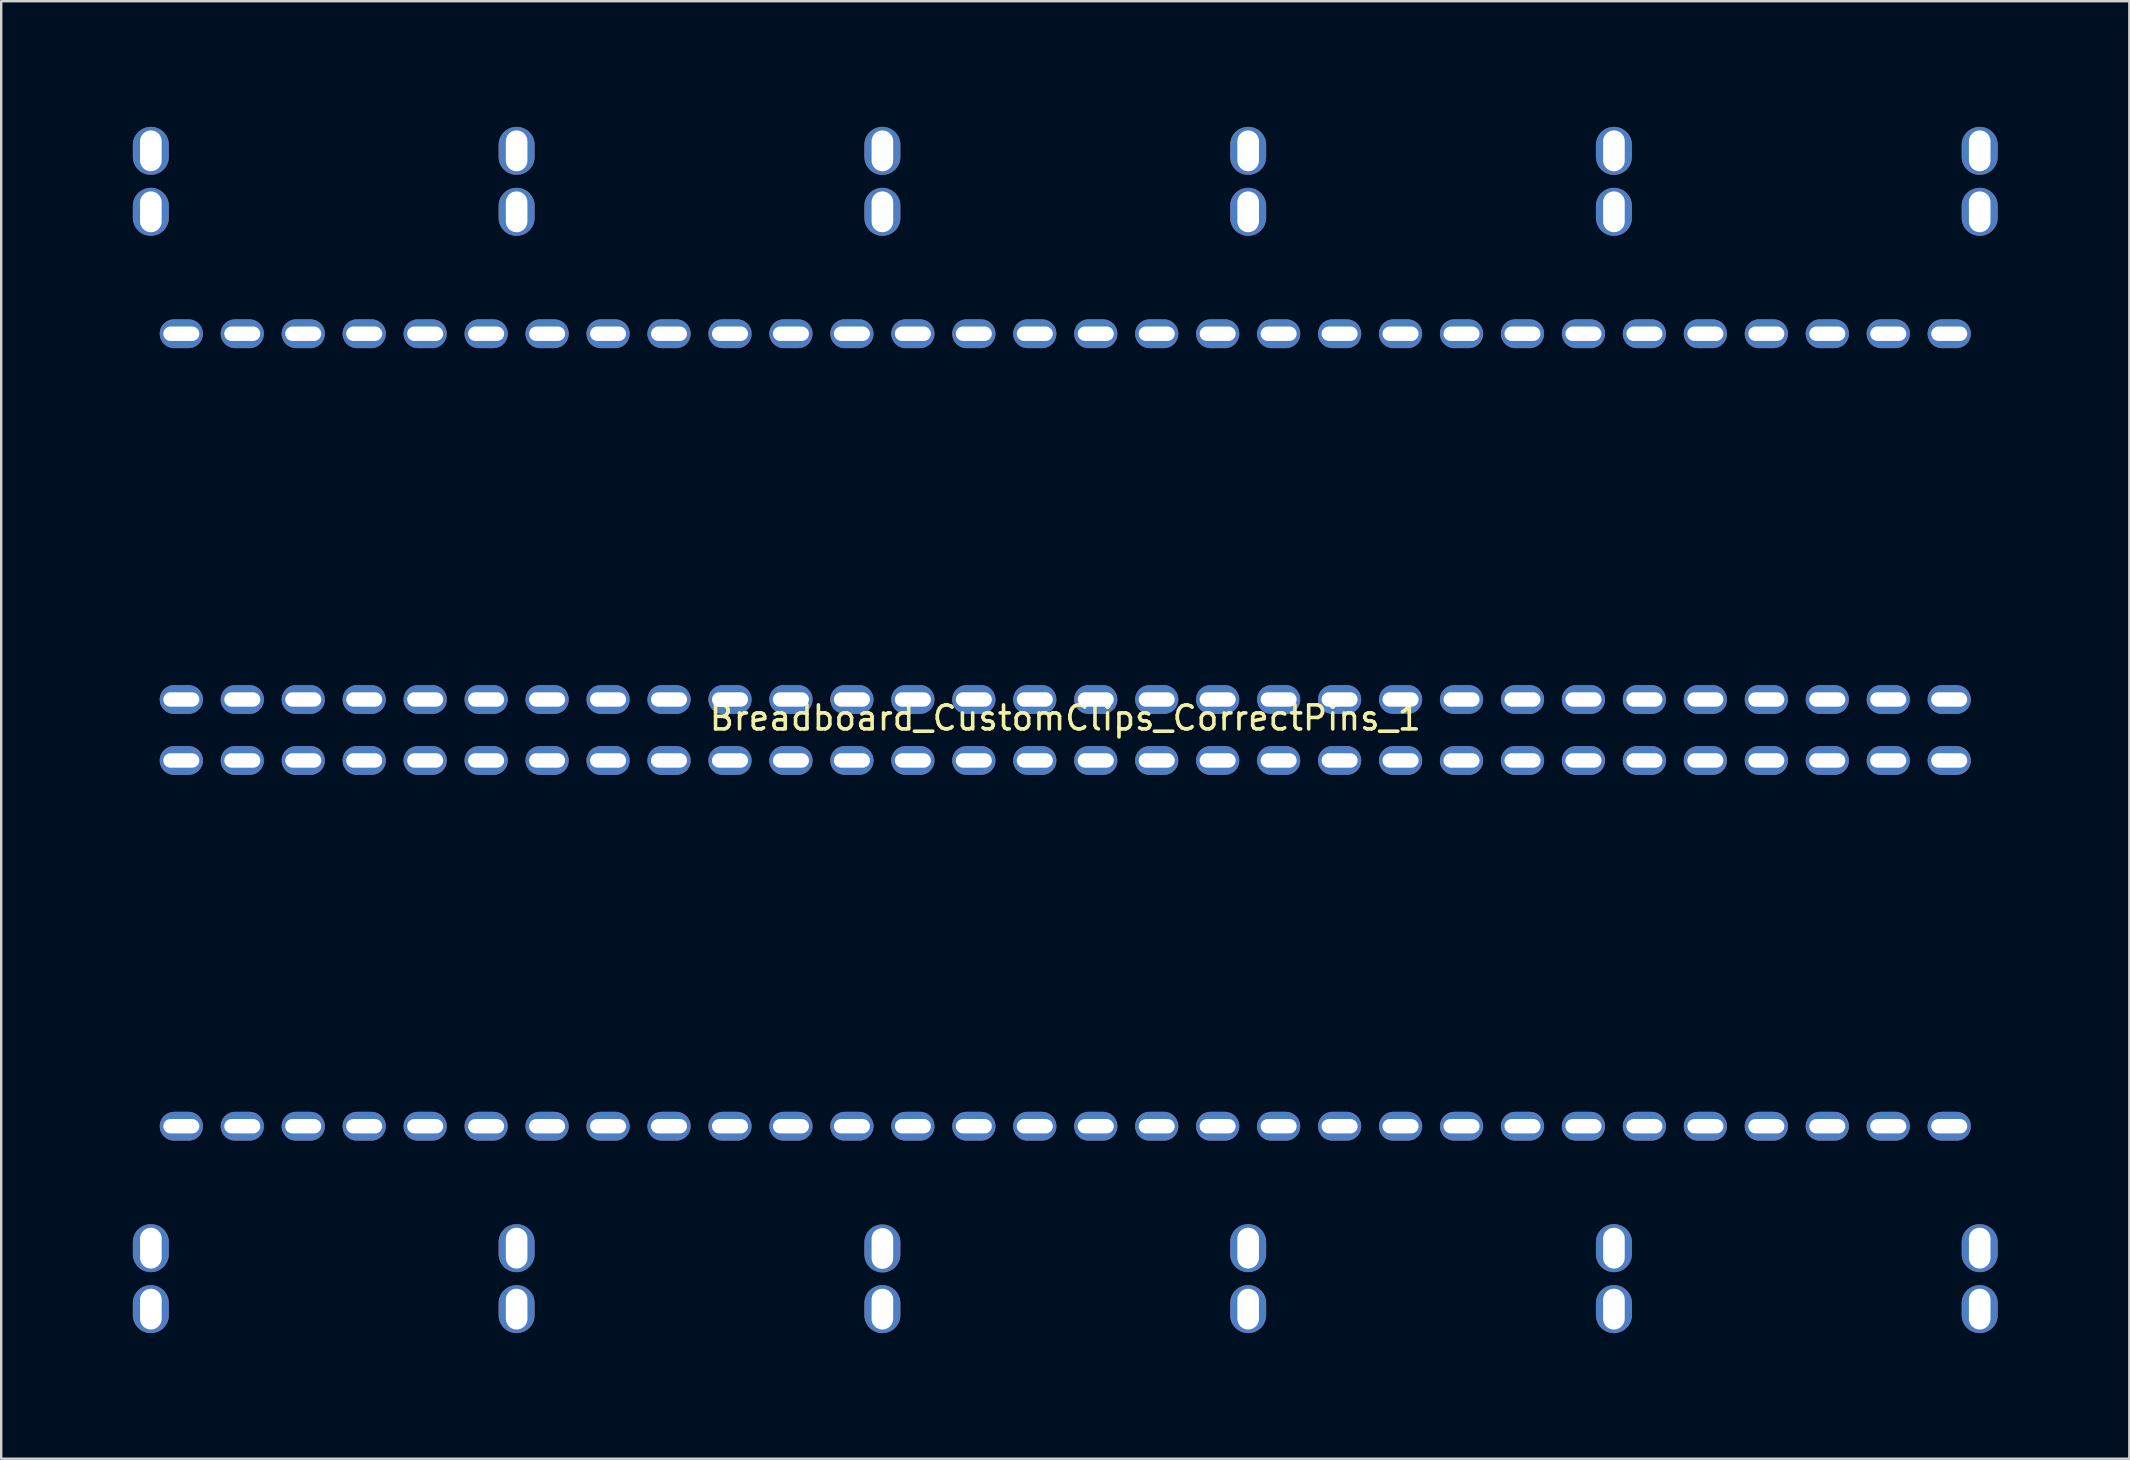
<source format=kicad_pcb>
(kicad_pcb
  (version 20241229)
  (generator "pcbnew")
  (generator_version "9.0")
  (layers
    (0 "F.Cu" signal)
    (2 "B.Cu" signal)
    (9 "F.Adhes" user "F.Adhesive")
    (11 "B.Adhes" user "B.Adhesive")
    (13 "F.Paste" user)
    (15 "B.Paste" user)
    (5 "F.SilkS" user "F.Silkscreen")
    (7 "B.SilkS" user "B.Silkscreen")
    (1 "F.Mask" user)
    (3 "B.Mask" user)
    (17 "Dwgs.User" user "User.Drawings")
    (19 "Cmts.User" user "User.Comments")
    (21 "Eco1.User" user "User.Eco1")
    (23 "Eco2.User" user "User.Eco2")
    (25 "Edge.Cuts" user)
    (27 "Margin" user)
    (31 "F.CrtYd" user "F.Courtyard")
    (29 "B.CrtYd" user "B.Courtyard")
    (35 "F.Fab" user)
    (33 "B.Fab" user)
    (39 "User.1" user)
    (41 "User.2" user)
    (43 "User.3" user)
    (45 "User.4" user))
  (footprint "Breadboard_CustomClips_CorrectPins_1"
    (layer "F.Cu")
    (at 41.335 27.365)
    (property "Reference" "Breadboard_CustomClips_CorrectPins_1" (at 0 -0.5 0) (unlocked yes) (layer "F.SilkS") (effects (font (size 1 1) (thickness 0.15))))
    (attr smd)
    (fp_rect (start -41.275 -27.305) (end 41.275 27.305) (stroke (width 0.12) (type default)) (fill no) (layer "User.3"))
    (fp_rect (start -38.125 -10.16) (end -35.56 -7.62) (stroke (width 0.12) (type default)) (fill no) (layer "User.4"))
    (fp_rect (start -38.125 7.62) (end -35.56 10.16) (stroke (width 0.12) (type default)) (fill no) (layer "User.4"))
    (fp_rect (start -38.125 7.62) (end -35.56 10.16) (stroke (width 0.12) (type default)) (fill no) (layer "User.4"))
    (fp_rect (start -35.585 -10.16) (end -33.02 -7.62) (stroke (width 0.12) (type default)) (fill no) (layer "User.4"))
    (fp_rect (start -35.585 7.62) (end -33.02 10.16) (stroke (width 0.12) (type default)) (fill no) (layer "User.4"))
    (fp_rect (start -35.585 7.62) (end -33.02 10.16) (stroke (width 0.12) (type default)) (fill no) (layer "User.4"))
    (fp_rect (start -33.045 -10.16) (end -30.48 -7.62) (stroke (width 0.12) (type default)) (fill no) (layer "User.4"))
    (fp_rect (start -33.045 7.62) (end -30.48 10.16) (stroke (width 0.12) (type default)) (fill no) (layer "User.4"))
    (fp_rect (start -33.045 7.62) (end -30.48 10.16) (stroke (width 0.12) (type default)) (fill no) (layer "User.4"))
    (fp_rect (start -30.505 -10.16) (end -27.94 -7.62) (stroke (width 0.12) (type default)) (fill no) (layer "User.4"))
    (fp_rect (start -30.505 7.62) (end -27.94 10.16) (stroke (width 0.12) (type default)) (fill no) (layer "User.4"))
    (fp_rect (start -30.505 7.62) (end -27.94 10.16) (stroke (width 0.12) (type default)) (fill no) (layer "User.4"))
    (fp_rect (start -29.21 -25.413) (end -31.75 -22.847) (stroke (width 0.12) (type default)) (fill no) (layer "User.4"))
    (fp_rect (start -29.21 -22.873) (end -31.75 -20.307) (stroke (width 0.12) (type default)) (fill no) (layer "User.4"))
    (fp_rect (start -29.21 20.307) (end -31.75 22.873) (stroke (width 0.12) (type default)) (fill no) (layer "User.4"))
    (fp_rect (start -29.21 22.847) (end -31.75 25.413) (stroke (width 0.12) (type default)) (fill no) (layer "User.4"))
    (fp_rect (start -27.965 -10.16) (end -25.4 -7.62) (stroke (width 0.12) (type default)) (fill no) (layer "User.4"))
    (fp_rect (start -27.965 7.62) (end -25.4 10.16) (stroke (width 0.12) (type default)) (fill no) (layer "User.4"))
    (fp_rect (start -27.965 7.62) (end -25.4 10.16) (stroke (width 0.12) (type default)) (fill no) (layer "User.4"))
    (fp_rect (start -25.425 -10.16) (end -22.86 -7.62) (stroke (width 0.12) (type default)) (fill no) (layer "User.4"))
    (fp_rect (start -25.425 7.62) (end -22.86 10.16) (stroke (width 0.12) (type default)) (fill no) (layer "User.4"))
    (fp_rect (start -25.425 7.62) (end -22.86 10.16) (stroke (width 0.12) (type default)) (fill no) (layer "User.4"))
    (fp_rect (start -22.885 -10.16) (end -20.32 -7.62) (stroke (width 0.12) (type default)) (fill no) (layer "User.4"))
    (fp_rect (start -22.885 7.62) (end -20.32 10.16) (stroke (width 0.12) (type default)) (fill no) (layer "User.4"))
    (fp_rect (start -22.885 7.62) (end -20.32 10.16) (stroke (width 0.12) (type default)) (fill no) (layer "User.4"))
    (fp_rect (start -20.345 -10.16) (end -17.78 -7.62) (stroke (width 0.12) (type default)) (fill no) (layer "User.4"))
    (fp_rect (start -20.345 7.62) (end -17.78 10.16) (stroke (width 0.12) (type default)) (fill no) (layer "User.4"))
    (fp_rect (start -20.345 7.62) (end -17.78 10.16) (stroke (width 0.12) (type default)) (fill no) (layer "User.4"))
    (fp_rect (start -17.805 -10.16) (end -15.24 -7.62) (stroke (width 0.12) (type default)) (fill no) (layer "User.4"))
    (fp_rect (start -17.805 7.62) (end -15.24 10.16) (stroke (width 0.12) (type default)) (fill no) (layer "User.4"))
    (fp_rect (start -17.805 7.62) (end -15.24 10.16) (stroke (width 0.12) (type default)) (fill no) (layer "User.4"))
    (fp_rect (start -15.265 -10.16) (end -12.7 -7.62) (stroke (width 0.12) (type default)) (fill no) (layer "User.4"))
    (fp_rect (start -15.265 7.62) (end -12.7 10.16) (stroke (width 0.12) (type default)) (fill no) (layer "User.4"))
    (fp_rect (start -15.265 7.62) (end -12.7 10.16) (stroke (width 0.12) (type default)) (fill no) (layer "User.4"))
    (fp_rect (start -13.97 -25.413) (end -16.51 -22.847) (stroke (width 0.12) (type default)) (fill no) (layer "User.4"))
    (fp_rect (start -13.97 -22.873) (end -16.51 -20.307) (stroke (width 0.12) (type default)) (fill no) (layer "User.4"))
    (fp_rect (start -13.97 20.307) (end -16.51 22.873) (stroke (width 0.12) (type default)) (fill no) (layer "User.4"))
    (fp_rect (start -13.97 22.847) (end -16.51 25.413) (stroke (width 0.12) (type default)) (fill no) (layer "User.4"))
    (fp_rect (start -12.7 -10.16) (end -10.135 -7.62) (stroke (width 0.12) (type default)) (fill no) (layer "User.4"))
    (fp_rect (start -12.7 7.62) (end -10.135 10.16) (stroke (width 0.12) (type default)) (fill no) (layer "User.4"))
    (fp_rect (start -12.7 7.62) (end -10.135 10.16) (stroke (width 0.12) (type default)) (fill no) (layer "User.4"))
    (fp_rect (start -10.16 -10.16) (end -7.595 -7.62) (stroke (width 0.12) (type default)) (fill no) (layer "User.4"))
    (fp_rect (start -10.16 7.62) (end -7.595 10.16) (stroke (width 0.12) (type default)) (fill no) (layer "User.4"))
    (fp_rect (start -10.16 7.62) (end -7.595 10.16) (stroke (width 0.12) (type default)) (fill no) (layer "User.4"))
    (fp_rect (start -7.62 -10.16) (end -5.055 -7.62) (stroke (width 0.12) (type default)) (fill no) (layer "User.4"))
    (fp_rect (start -7.62 7.62) (end -5.055 10.16) (stroke (width 0.12) (type default)) (fill no) (layer "User.4"))
    (fp_rect (start -7.62 7.62) (end -5.055 10.16) (stroke (width 0.12) (type default)) (fill no) (layer "User.4"))
    (fp_rect (start -5.08 -10.16) (end -2.515 -7.62) (stroke (width 0.12) (type default)) (fill no) (layer "User.4"))
    (fp_rect (start -5.08 7.62) (end -2.515 10.16) (stroke (width 0.12) (type default)) (fill no) (layer "User.4"))
    (fp_rect (start -5.08 7.62) (end -2.515 10.16) (stroke (width 0.12) (type default)) (fill no) (layer "User.4"))
    (fp_rect (start -2.54 -10.16) (end 0.025 -7.62) (stroke (width 0.12) (type default)) (fill no) (layer "User.4"))
    (fp_rect (start -2.54 7.62) (end 0.025 10.16) (stroke (width 0.12) (type default)) (fill no) (layer "User.4"))
    (fp_rect (start -0.025 -10.16) (end 2.54 -7.62) (stroke (width 0.12) (type default)) (fill no) (layer "User.4"))
    (fp_rect (start -0.025 7.62) (end 2.54 10.16) (stroke (width 0.12) (type default)) (fill no) (layer "User.4"))
    (fp_rect (start 0 -10.16) (end 2.565 -7.62) (stroke (width 0.12) (type default)) (fill no) (layer "User.4"))
    (fp_rect (start 0 7.62) (end 2.565 10.16) (stroke (width 0.12) (type default)) (fill no) (layer "User.4"))
    (fp_rect (start 1.27 -25.413) (end -1.27 -22.847) (stroke (width 0.12) (type default)) (fill no) (layer "User.4"))
    (fp_rect (start 1.27 -22.873) (end -1.27 -20.307) (stroke (width 0.12) (type default)) (fill no) (layer "User.4"))
    (fp_rect (start 1.27 20.307) (end -1.27 22.873) (stroke (width 0.12) (type default)) (fill no) (layer "User.4"))
    (fp_rect (start 1.27 22.847) (end -1.27 25.413) (stroke (width 0.12) (type default)) (fill no) (layer "User.4"))
    (fp_rect (start 2.515 -10.16) (end 5.08 -7.62) (stroke (width 0.12) (type default)) (fill no) (layer "User.4"))
    (fp_rect (start 2.515 7.62) (end 5.08 10.16) (stroke (width 0.12) (type default)) (fill no) (layer "User.4"))
    (fp_rect (start 2.54 -10.16) (end 5.105 -7.62) (stroke (width 0.12) (type default)) (fill no) (layer "User.4"))
    (fp_rect (start 2.54 7.62) (end 5.105 10.16) (stroke (width 0.12) (type default)) (fill no) (layer "User.4"))
    (fp_rect (start 5.055 -10.16) (end 7.62 -7.62) (stroke (width 0.12) (type default)) (fill no) (layer "User.4"))
    (fp_rect (start 5.055 7.62) (end 7.62 10.16) (stroke (width 0.12) (type default)) (fill no) (layer "User.4"))
    (fp_rect (start 5.08 -10.16) (end 7.645 -7.62) (stroke (width 0.12) (type default)) (fill no) (layer "User.4"))
    (fp_rect (start 5.08 7.62) (end 7.645 10.16) (stroke (width 0.12) (type default)) (fill no) (layer "User.4"))
    (fp_rect (start 7.595 -10.16) (end 10.16 -7.62) (stroke (width 0.12) (type default)) (fill no) (layer "User.4"))
    (fp_rect (start 7.595 7.62) (end 10.16 10.16) (stroke (width 0.12) (type default)) (fill no) (layer "User.4"))
    (fp_rect (start 7.62 -10.16) (end 10.185 -7.62) (stroke (width 0.12) (type default)) (fill no) (layer "User.4"))
    (fp_rect (start 7.62 7.62) (end 10.185 10.16) (stroke (width 0.12) (type default)) (fill no) (layer "User.4"))
    (fp_rect (start 10.135 -10.16) (end 12.7 -7.62) (stroke (width 0.12) (type default)) (fill no) (layer "User.4"))
    (fp_rect (start 10.135 7.62) (end 12.7 10.16) (stroke (width 0.12) (type default)) (fill no) (layer "User.4"))
    (fp_rect (start 10.16 -10.16) (end 12.725 -7.62) (stroke (width 0.12) (type default)) (fill no) (layer "User.4"))
    (fp_rect (start 10.16 7.62) (end 12.725 10.16) (stroke (width 0.12) (type default)) (fill no) (layer "User.4"))
    (fp_rect (start 12.675 -10.16) (end 15.24 -7.62) (stroke (width 0.12) (type default)) (fill no) (layer "User.4"))
    (fp_rect (start 12.675 -10.16) (end 15.24 -7.62) (stroke (width 0.12) (type default)) (fill no) (layer "User.4"))
    (fp_rect (start 12.675 7.62) (end 15.24 10.16) (stroke (width 0.12) (type default)) (fill no) (layer "User.4"))
    (fp_rect (start 12.687 7.62) (end 15.253 10.16) (stroke (width 0.12) (type default)) (fill no) (layer "User.4"))
    (fp_rect (start 15.215 -10.16) (end 17.78 -7.62) (stroke (width 0.12) (type default)) (fill no) (layer "User.4"))
    (fp_rect (start 15.215 7.62) (end 17.78 10.16) (stroke (width 0.12) (type default)) (fill no) (layer "User.4"))
    (fp_rect (start 15.227 -10.16) (end 17.793 -7.62) (stroke (width 0.12) (type default)) (fill no) (layer "User.4"))
    (fp_rect (start 15.227 7.62) (end 17.793 10.16) (stroke (width 0.12) (type default)) (fill no) (layer "User.4"))
    (fp_rect (start 16.51 -25.413) (end 13.97 -22.847) (stroke (width 0.12) (type default)) (fill no) (layer "User.4"))
    (fp_rect (start 16.51 -22.885) (end 13.97 -20.32) (stroke (width 0.12) (type default)) (fill no) (layer "User.4"))
    (fp_rect (start 16.51 20.307) (end 13.97 22.873) (stroke (width 0.12) (type default)) (fill no) (layer "User.4"))
    (fp_rect (start 16.51 22.847) (end 13.97 25.413) (stroke (width 0.12) (type default)) (fill no) (layer "User.4"))
    (fp_rect (start 17.755 -10.16) (end 20.32 -7.62) (stroke (width 0.12) (type default)) (fill no) (layer "User.4"))
    (fp_rect (start 17.755 7.62) (end 20.32 10.16) (stroke (width 0.12) (type default)) (fill no) (layer "User.4"))
    (fp_rect (start 17.767 -10.16) (end 20.333 -7.62) (stroke (width 0.12) (type default)) (fill no) (layer "User.4"))
    (fp_rect (start 17.767 7.62) (end 20.333 10.16) (stroke (width 0.12) (type default)) (fill no) (layer "User.4"))
    (fp_rect (start 20.295 -10.16) (end 22.86 -7.62) (stroke (width 0.12) (type default)) (fill no) (layer "User.4"))
    (fp_rect (start 20.295 7.62) (end 22.86 10.16) (stroke (width 0.12) (type default)) (fill no) (layer "User.4"))
    (fp_rect (start 20.307 -10.16) (end 22.873 -7.62) (stroke (width 0.12) (type default)) (fill no) (layer "User.4"))
    (fp_rect (start 20.307 7.62) (end 22.873 10.16) (stroke (width 0.12) (type default)) (fill no) (layer "User.4"))
    (fp_rect (start 22.835 -10.16) (end 25.4 -7.62) (stroke (width 0.12) (type default)) (fill no) (layer "User.4"))
    (fp_rect (start 22.835 7.62) (end 25.4 10.16) (stroke (width 0.12) (type default)) (fill no) (layer "User.4"))
    (fp_rect (start 22.847 -10.16) (end 25.413 -7.62) (stroke (width 0.12) (type default)) (fill no) (layer "User.4"))
    (fp_rect (start 22.847 7.62) (end 25.413 10.16) (stroke (width 0.12) (type default)) (fill no) (layer "User.4"))
    (fp_rect (start 25.387 -10.16) (end 27.953 -7.62) (stroke (width 0.12) (type default)) (fill no) (layer "User.4"))
    (fp_rect (start 25.387 7.62) (end 27.953 10.16) (stroke (width 0.12) (type default)) (fill no) (layer "User.4"))
    (fp_rect (start 25.4 -10.16) (end 27.965 -7.62) (stroke (width 0.12) (type default)) (fill no) (layer "User.4"))
    (fp_rect (start 25.4 7.62) (end 27.965 10.16) (stroke (width 0.12) (type default)) (fill no) (layer "User.4"))
    (fp_rect (start 27.927 -10.16) (end 30.493 -7.62) (stroke (width 0.12) (type default)) (fill no) (layer "User.4"))
    (fp_rect (start 27.927 7.62) (end 30.493 10.16) (stroke (width 0.12) (type default)) (fill no) (layer "User.4"))
    (fp_rect (start 27.94 -10.16) (end 30.505 -7.62) (stroke (width 0.12) (type default)) (fill no) (layer "User.4"))
    (fp_rect (start 27.94 7.62) (end 30.505 10.16) (stroke (width 0.12) (type default)) (fill no) (layer "User.4"))
    (fp_rect (start 30.467 -10.16) (end 33.033 -7.62) (stroke (width 0.12) (type default)) (fill no) (layer "User.4"))
    (fp_rect (start 30.467 7.62) (end 33.033 10.16) (stroke (width 0.12) (type default)) (fill no) (layer "User.4"))
    (fp_rect (start 30.48 -10.16) (end 33.045 -7.62) (stroke (width 0.12) (type default)) (fill no) (layer "User.4"))
    (fp_rect (start 30.48 7.62) (end 33.045 10.16) (stroke (width 0.12) (type default)) (fill no) (layer "User.4"))
    (fp_rect (start 31.75 -25.413) (end 29.21 -22.847) (stroke (width 0.12) (type default)) (fill no) (layer "User.4"))
    (fp_rect (start 31.75 -22.873) (end 29.21 -20.307) (stroke (width 0.12) (type default)) (fill no) (layer "User.4"))
    (fp_rect (start 31.75 20.307) (end 29.21 22.873) (stroke (width 0.12) (type default)) (fill no) (layer "User.4"))
    (fp_rect (start 31.75 22.847) (end 29.21 25.413) (stroke (width 0.12) (type default)) (fill no) (layer "User.4"))
    (fp_rect (start 33.007 -10.16) (end 35.573 -7.62) (stroke (width 0.12) (type default)) (fill no) (layer "User.4"))
    (fp_rect (start 33.007 7.62) (end 35.573 10.16) (stroke (width 0.12) (type default)) (fill no) (layer "User.4"))
    (fp_rect (start 33.02 -10.16) (end 35.585 -7.62) (stroke (width 0.12) (type default)) (fill no) (layer "User.4"))
    (fp_rect (start 33.02 7.62) (end 35.585 10.16) (stroke (width 0.12) (type default)) (fill no) (layer "User.4"))
    (fp_rect (start 35.547 -10.16) (end 38.113 -7.62) (stroke (width 0.12) (type default)) (fill no) (layer "User.4"))
    (fp_rect (start 35.547 7.62) (end 38.113 10.16) (stroke (width 0.12) (type default)) (fill no) (layer "User.4"))
    (pad "1" thru_hole oval (at -36.83 -16.51) (size 1.8 1.2) (drill oval 1.5 0.6) (layers "*.Cu" "*.Mask"))
    (pad "1" thru_hole oval (at -36.83 -1.27) (size 1.8 1.2) (drill oval 1.5 0.6) (layers "*.Cu" "*.Mask"))
    (pad "2" thru_hole oval (at -34.29 -16.51) (size 1.8 1.2) (drill oval 1.5 0.6) (layers "*.Cu" "*.Mask"))
    (pad "2" thru_hole oval (at -34.29 -1.27) (size 1.8 1.2) (drill oval 1.5 0.6) (layers "*.Cu" "*.Mask"))
    (pad "3" thru_hole oval (at -31.75 -16.51) (size 1.8 1.2) (drill oval 1.5 0.6) (layers "*.Cu" "*.Mask"))
    (pad "3" thru_hole oval (at -31.75 -1.27) (size 1.8 1.2) (drill oval 1.5 0.6) (layers "*.Cu" "*.Mask"))
    (pad "4" thru_hole oval (at -29.21 -16.51) (size 1.8 1.2) (drill oval 1.5 0.6) (layers "*.Cu" "*.Mask"))
    (pad "4" thru_hole oval (at -29.21 -1.27) (size 1.8 1.2) (drill oval 1.5 0.6) (layers "*.Cu" "*.Mask"))
    (pad "5" thru_hole oval (at -26.67 -16.51) (size 1.8 1.2) (drill oval 1.5 0.6) (layers "*.Cu" "*.Mask"))
    (pad "5" thru_hole oval (at -26.67 -1.27) (size 1.8 1.2) (drill oval 1.5 0.6) (layers "*.Cu" "*.Mask"))
    (pad "6" thru_hole oval (at -24.13 -16.51) (size 1.8 1.2) (drill oval 1.5 0.6) (layers "*.Cu" "*.Mask"))
    (pad "6" thru_hole oval (at -24.13 -1.27) (size 1.8 1.2) (drill oval 1.5 0.6) (layers "*.Cu" "*.Mask"))
    (pad "7" thru_hole oval (at -21.59 -16.51) (size 1.8 1.2) (drill oval 1.5 0.6) (layers "*.Cu" "*.Mask"))
    (pad "7" thru_hole oval (at -21.59 -1.27) (size 1.8 1.2) (drill oval 1.5 0.6) (layers "*.Cu" "*.Mask"))
    (pad "8" thru_hole oval (at -19.05 -16.51) (size 1.8 1.2) (drill oval 1.5 0.6) (layers "*.Cu" "*.Mask"))
    (pad "8" thru_hole oval (at -19.05 -1.27) (size 1.8 1.2) (drill oval 1.5 0.6) (layers "*.Cu" "*.Mask"))
    (pad "9" thru_hole oval (at -16.51 -16.51) (size 1.8 1.2) (drill oval 1.5 0.6) (layers "*.Cu" "*.Mask"))
    (pad "9" thru_hole oval (at -16.51 -1.27) (size 1.8 1.2) (drill oval 1.5 0.6) (layers "*.Cu" "*.Mask"))
    (pad "10" thru_hole oval (at -13.97 -16.51) (size 1.8 1.2) (drill oval 1.5 0.6) (layers "*.Cu" "*.Mask"))
    (pad "10" thru_hole oval (at -13.97 -1.27) (size 1.8 1.2) (drill oval 1.5 0.6) (layers "*.Cu" "*.Mask"))
    (pad "11" thru_hole oval (at -11.43 -16.51) (size 1.8 1.2) (drill oval 1.5 0.6) (layers "*.Cu" "*.Mask"))
    (pad "11" thru_hole oval (at -11.43 -1.27) (size 1.8 1.2) (drill oval 1.5 0.6) (layers "*.Cu" "*.Mask"))
    (pad "12" thru_hole oval (at -8.89 -16.51) (size 1.8 1.2) (drill oval 1.5 0.6) (layers "*.Cu" "*.Mask"))
    (pad "12" thru_hole oval (at -8.89 -1.27) (size 1.8 1.2) (drill oval 1.5 0.6) (layers "*.Cu" "*.Mask"))
    (pad "13" thru_hole oval (at -6.35 -16.51) (size 1.8 1.2) (drill oval 1.5 0.6) (layers "*.Cu" "*.Mask"))
    (pad "13" thru_hole oval (at -6.35 -1.27) (size 1.8 1.2) (drill oval 1.5 0.6) (layers "*.Cu" "*.Mask"))
    (pad "14" thru_hole oval (at -3.81 -16.51) (size 1.8 1.2) (drill oval 1.5 0.6) (layers "*.Cu" "*.Mask"))
    (pad "14" thru_hole oval (at -3.81 -1.27) (size 1.8 1.2) (drill oval 1.5 0.6) (layers "*.Cu" "*.Mask"))
    (pad "15" thru_hole oval (at -1.27 -16.51) (size 1.8 1.2) (drill oval 1.5 0.6) (layers "*.Cu" "*.Mask"))
    (pad "15" thru_hole oval (at -1.27 -1.27) (size 1.8 1.2) (drill oval 1.5 0.6) (layers "*.Cu" "*.Mask"))
    (pad "16" thru_hole oval (at 1.27 -16.51) (size 1.8 1.2) (drill oval 1.5 0.6) (layers "*.Cu" "*.Mask"))
    (pad "16" thru_hole oval (at 1.27 -1.27) (size 1.8 1.2) (drill oval 1.5 0.6) (layers "*.Cu" "*.Mask"))
    (pad "17" thru_hole oval (at 3.81 -16.51) (size 1.8 1.2) (drill oval 1.5 0.6) (layers "*.Cu" "*.Mask"))
    (pad "17" thru_hole oval (at 3.81 -1.27) (size 1.8 1.2) (drill oval 1.5 0.6) (layers "*.Cu" "*.Mask"))
    (pad "18" thru_hole oval (at 6.35 -16.51) (size 1.8 1.2) (drill oval 1.5 0.6) (layers "*.Cu" "*.Mask"))
    (pad "18" thru_hole oval (at 6.35 -1.27) (size 1.8 1.2) (drill oval 1.5 0.6) (layers "*.Cu" "*.Mask"))
    (pad "19" thru_hole oval (at 8.89 -16.51) (size 1.8 1.2) (drill oval 1.5 0.6) (layers "*.Cu" "*.Mask"))
    (pad "19" thru_hole oval (at 8.89 -1.27) (size 1.8 1.2) (drill oval 1.5 0.6) (layers "*.Cu" "*.Mask"))
    (pad "20" thru_hole oval (at 11.43 -16.51) (size 1.8 1.2) (drill oval 1.5 0.6) (layers "*.Cu" "*.Mask"))
    (pad "20" thru_hole oval (at 11.43 -1.27) (size 1.8 1.2) (drill oval 1.5 0.6) (layers "*.Cu" "*.Mask"))
    (pad "21" thru_hole oval (at 13.97 -16.51) (size 1.8 1.2) (drill oval 1.5 0.6) (layers "*.Cu" "*.Mask"))
    (pad "21" thru_hole oval (at 13.97 -1.27) (size 1.8 1.2) (drill oval 1.5 0.6) (layers "*.Cu" "*.Mask"))
    (pad "22" thru_hole oval (at 16.51 -16.51) (size 1.8 1.2) (drill oval 1.5 0.6) (layers "*.Cu" "*.Mask"))
    (pad "22" thru_hole oval (at 16.51 -1.27) (size 1.8 1.2) (drill oval 1.5 0.6) (layers "*.Cu" "*.Mask"))
    (pad "23" thru_hole oval (at 19.05 -16.51) (size 1.8 1.2) (drill oval 1.5 0.6) (layers "*.Cu" "*.Mask"))
    (pad "23" thru_hole oval (at 19.05 -1.27) (size 1.8 1.2) (drill oval 1.5 0.6) (layers "*.Cu" "*.Mask"))
    (pad "24" thru_hole oval (at 21.59 -16.51) (size 1.8 1.2) (drill oval 1.5 0.6) (layers "*.Cu" "*.Mask"))
    (pad "24" thru_hole oval (at 21.59 -1.27) (size 1.8 1.2) (drill oval 1.5 0.6) (layers "*.Cu" "*.Mask"))
    (pad "25" thru_hole oval (at 24.13 -16.51) (size 1.8 1.2) (drill oval 1.5 0.6) (layers "*.Cu" "*.Mask"))
    (pad "25" thru_hole oval (at 24.13 -1.27) (size 1.8 1.2) (drill oval 1.5 0.6) (layers "*.Cu" "*.Mask"))
    (pad "26" thru_hole oval (at 26.67 -16.51) (size 1.8 1.2) (drill oval 1.5 0.6) (layers "*.Cu" "*.Mask"))
    (pad "26" thru_hole oval (at 26.67 -1.27) (size 1.8 1.2) (drill oval 1.5 0.6) (layers "*.Cu" "*.Mask"))
    (pad "27" thru_hole oval (at 29.21 -16.51) (size 1.8 1.2) (drill oval 1.5 0.6) (layers "*.Cu" "*.Mask"))
    (pad "27" thru_hole oval (at 29.21 -1.27) (size 1.8 1.2) (drill oval 1.5 0.6) (layers "*.Cu" "*.Mask"))
    (pad "28" thru_hole oval (at 31.75 -16.51) (size 1.8 1.2) (drill oval 1.5 0.6) (layers "*.Cu" "*.Mask"))
    (pad "28" thru_hole oval (at 31.75 -1.27) (size 1.8 1.2) (drill oval 1.5 0.6) (layers "*.Cu" "*.Mask"))
    (pad "29" thru_hole oval (at 34.29 -16.51) (size 1.8 1.2) (drill oval 1.5 0.6) (layers "*.Cu" "*.Mask"))
    (pad "29" thru_hole oval (at 34.29 -1.27) (size 1.8 1.2) (drill oval 1.5 0.6) (layers "*.Cu" "*.Mask"))
    (pad "30" thru_hole oval (at 36.83 -16.51) (size 1.8 1.2) (drill oval 1.5 0.6) (layers "*.Cu" "*.Mask"))
    (pad "30" thru_hole oval (at 36.83 -1.27) (size 1.8 1.2) (drill oval 1.5 0.6) (layers "*.Cu" "*.Mask"))
    (pad "31" thru_hole oval (at -36.83 1.27) (size 1.8 1.2) (drill oval 1.5 0.6) (layers "*.Cu" "*.Mask"))
    (pad "31" thru_hole oval (at -36.83 16.51) (size 1.8 1.2) (drill oval 1.5 0.6) (layers "*.Cu" "*.Mask"))
    (pad "32" thru_hole oval (at -34.29 1.27) (size 1.8 1.2) (drill oval 1.5 0.6) (layers "*.Cu" "*.Mask"))
    (pad "32" thru_hole oval (at -34.29 16.51) (size 1.8 1.2) (drill oval 1.5 0.6) (layers "*.Cu" "*.Mask"))
    (pad "33" thru_hole oval (at -31.75 1.27) (size 1.8 1.2) (drill oval 1.5 0.6) (layers "*.Cu" "*.Mask"))
    (pad "33" thru_hole oval (at -31.75 16.51) (size 1.8 1.2) (drill oval 1.5 0.6) (layers "*.Cu" "*.Mask"))
    (pad "34" thru_hole oval (at -29.21 1.27) (size 1.8 1.2) (drill oval 1.5 0.6) (layers "*.Cu" "*.Mask"))
    (pad "34" thru_hole oval (at -29.21 16.51) (size 1.8 1.2) (drill oval 1.5 0.6) (layers "*.Cu" "*.Mask"))
    (pad "35" thru_hole oval (at -26.67 1.27) (size 1.8 1.2) (drill oval 1.5 0.6) (layers "*.Cu" "*.Mask"))
    (pad "35" thru_hole oval (at -26.67 16.51) (size 1.8 1.2) (drill oval 1.5 0.6) (layers "*.Cu" "*.Mask"))
    (pad "36" thru_hole oval (at -24.13 1.27) (size 1.8 1.2) (drill oval 1.5 0.6) (layers "*.Cu" "*.Mask"))
    (pad "36" thru_hole oval (at -24.13 16.51) (size 1.8 1.2) (drill oval 1.5 0.6) (layers "*.Cu" "*.Mask"))
    (pad "37" thru_hole oval (at -21.59 1.27) (size 1.8 1.2) (drill oval 1.5 0.6) (layers "*.Cu" "*.Mask"))
    (pad "37" thru_hole oval (at -21.59 16.51) (size 1.8 1.2) (drill oval 1.5 0.6) (layers "*.Cu" "*.Mask"))
    (pad "38" thru_hole oval (at -19.05 1.27) (size 1.8 1.2) (drill oval 1.5 0.6) (layers "*.Cu" "*.Mask"))
    (pad "38" thru_hole oval (at -19.05 16.51) (size 1.8 1.2) (drill oval 1.5 0.6) (layers "*.Cu" "*.Mask"))
    (pad "39" thru_hole oval (at -16.51 1.27) (size 1.8 1.2) (drill oval 1.5 0.6) (layers "*.Cu" "*.Mask"))
    (pad "39" thru_hole oval (at -16.51 16.51) (size 1.8 1.2) (drill oval 1.5 0.6) (layers "*.Cu" "*.Mask"))
    (pad "40" thru_hole oval (at -13.97 1.27) (size 1.8 1.2) (drill oval 1.5 0.6) (layers "*.Cu" "*.Mask"))
    (pad "40" thru_hole oval (at -13.97 16.51) (size 1.8 1.2) (drill oval 1.5 0.6) (layers "*.Cu" "*.Mask"))
    (pad "41" thru_hole oval (at -11.43 1.27) (size 1.8 1.2) (drill oval 1.5 0.6) (layers "*.Cu" "*.Mask"))
    (pad "41" thru_hole oval (at -11.43 16.51) (size 1.8 1.2) (drill oval 1.5 0.6) (layers "*.Cu" "*.Mask"))
    (pad "42" thru_hole oval (at -8.89 1.27) (size 1.8 1.2) (drill oval 1.5 0.6) (layers "*.Cu" "*.Mask"))
    (pad "42" thru_hole oval (at -8.89 16.51) (size 1.8 1.2) (drill oval 1.5 0.6) (layers "*.Cu" "*.Mask"))
    (pad "43" thru_hole oval (at -6.35 1.27) (size 1.8 1.2) (drill oval 1.5 0.6) (layers "*.Cu" "*.Mask"))
    (pad "43" thru_hole oval (at -6.35 16.51) (size 1.8 1.2) (drill oval 1.5 0.6) (layers "*.Cu" "*.Mask"))
    (pad "44" thru_hole oval (at -3.81 1.27) (size 1.8 1.2) (drill oval 1.5 0.6) (layers "*.Cu" "*.Mask"))
    (pad "44" thru_hole oval (at -3.81 16.51) (size 1.8 1.2) (drill oval 1.5 0.6) (layers "*.Cu" "*.Mask"))
    (pad "45" thru_hole oval (at -1.27 1.27) (size 1.8 1.2) (drill oval 1.5 0.6) (layers "*.Cu" "*.Mask"))
    (pad "45" thru_hole oval (at -1.27 16.51) (size 1.8 1.2) (drill oval 1.5 0.6) (layers "*.Cu" "*.Mask"))
    (pad "46" thru_hole oval (at 1.27 1.27) (size 1.8 1.2) (drill oval 1.5 0.6) (layers "*.Cu" "*.Mask"))
    (pad "46" thru_hole oval (at 1.27 16.51) (size 1.8 1.2) (drill oval 1.5 0.6) (layers "*.Cu" "*.Mask"))
    (pad "47" thru_hole oval (at 3.81 1.27) (size 1.8 1.2) (drill oval 1.5 0.6) (layers "*.Cu" "*.Mask"))
    (pad "47" thru_hole oval (at 3.81 16.51) (size 1.8 1.2) (drill oval 1.5 0.6) (layers "*.Cu" "*.Mask"))
    (pad "48" thru_hole oval (at 6.35 1.27) (size 1.8 1.2) (drill oval 1.5 0.6) (layers "*.Cu" "*.Mask"))
    (pad "48" thru_hole oval (at 6.35 16.51) (size 1.8 1.2) (drill oval 1.5 0.6) (layers "*.Cu" "*.Mask"))
    (pad "49" thru_hole oval (at 8.89 1.27) (size 1.8 1.2) (drill oval 1.5 0.6) (layers "*.Cu" "*.Mask"))
    (pad "49" thru_hole oval (at 8.89 16.51) (size 1.8 1.2) (drill oval 1.5 0.6) (layers "*.Cu" "*.Mask"))
    (pad "50" thru_hole oval (at 11.43 1.27) (size 1.8 1.2) (drill oval 1.5 0.6) (layers "*.Cu" "*.Mask"))
    (pad "50" thru_hole oval (at 11.43 16.51) (size 1.8 1.2) (drill oval 1.5 0.6) (layers "*.Cu" "*.Mask"))
    (pad "51" thru_hole oval (at 13.97 1.27) (size 1.8 1.2) (drill oval 1.5 0.6) (layers "*.Cu" "*.Mask"))
    (pad "51" thru_hole oval (at 13.97 16.51) (size 1.8 1.2) (drill oval 1.5 0.6) (layers "*.Cu" "*.Mask"))
    (pad "52" thru_hole oval (at 16.51 1.27) (size 1.8 1.2) (drill oval 1.5 0.6) (layers "*.Cu" "*.Mask"))
    (pad "52" thru_hole oval (at 16.51 16.51) (size 1.8 1.2) (drill oval 1.5 0.6) (layers "*.Cu" "*.Mask"))
    (pad "53" thru_hole oval (at 19.05 1.27) (size 1.8 1.2) (drill oval 1.5 0.6) (layers "*.Cu" "*.Mask"))
    (pad "53" thru_hole oval (at 19.05 16.51) (size 1.8 1.2) (drill oval 1.5 0.6) (layers "*.Cu" "*.Mask"))
    (pad "54" thru_hole oval (at 21.59 1.27) (size 1.8 1.2) (drill oval 1.5 0.6) (layers "*.Cu" "*.Mask"))
    (pad "54" thru_hole oval (at 21.59 16.51) (size 1.8 1.2) (drill oval 1.5 0.6) (layers "*.Cu" "*.Mask"))
    (pad "55" thru_hole oval (at 24.13 1.27) (size 1.8 1.2) (drill oval 1.5 0.6) (layers "*.Cu" "*.Mask"))
    (pad "55" thru_hole oval (at 24.13 16.51) (size 1.8 1.2) (drill oval 1.5 0.6) (layers "*.Cu" "*.Mask"))
    (pad "56" thru_hole oval (at 26.67 1.27) (size 1.8 1.2) (drill oval 1.5 0.6) (layers "*.Cu" "*.Mask"))
    (pad "56" thru_hole oval (at 26.67 16.51) (size 1.8 1.2) (drill oval 1.5 0.6) (layers "*.Cu" "*.Mask"))
    (pad "57" thru_hole oval (at 29.21 1.27) (size 1.8 1.2) (drill oval 1.5 0.6) (layers "*.Cu" "*.Mask"))
    (pad "57" thru_hole oval (at 29.21 16.51) (size 1.8 1.2) (drill oval 1.5 0.6) (layers "*.Cu" "*.Mask"))
    (pad "58" thru_hole oval (at 31.75 1.27) (size 1.8 1.2) (drill oval 1.5 0.6) (layers "*.Cu" "*.Mask"))
    (pad "58" thru_hole oval (at 31.75 16.51) (size 1.8 1.2) (drill oval 1.5 0.6) (layers "*.Cu" "*.Mask"))
    (pad "59" thru_hole oval (at 34.29 1.27) (size 1.8 1.2) (drill oval 1.5 0.6) (layers "*.Cu" "*.Mask"))
    (pad "59" thru_hole oval (at 34.29 16.51) (size 1.8 1.2) (drill oval 1.5 0.6) (layers "*.Cu" "*.Mask"))
    (pad "60" thru_hole oval (at 36.83 1.27) (size 1.8 1.2) (drill oval 1.5 0.6) (layers "*.Cu" "*.Mask"))
    (pad "60" thru_hole oval (at 36.83 16.51) (size 1.8 1.2) (drill oval 1.5 0.6) (layers "*.Cu" "*.Mask"))
    (pad "61" thru_hole oval (at -38.1 -24.13) (size 1.5 2) (drill oval 0.9 1.7) (layers "*.Cu" "*.Mask"))
    (pad "61" thru_hole oval (at -22.86 -24.13) (size 1.5 2) (drill oval 0.9 1.7) (layers "*.Cu" "*.Mask"))
    (pad "61" thru_hole oval (at -7.62 -24.13) (size 1.5 2) (drill oval 0.9 1.7) (layers "*.Cu" "*.Mask"))
    (pad "61" thru_hole oval (at 7.62 -24.13) (size 1.5 2) (drill oval 0.9 1.7) (layers "*.Cu" "*.Mask"))
    (pad "61" thru_hole oval (at 22.86 -24.13) (size 1.5 2) (drill oval 0.9 1.7) (layers "*.Cu" "*.Mask"))
    (pad "61" thru_hole oval (at 38.1 -24.13) (size 1.5 2) (drill oval 0.9 1.7) (layers "*.Cu" "*.Mask"))
    (pad "62" thru_hole oval (at -38.1 -21.59) (size 1.5 2) (drill oval 0.9 1.7) (layers "*.Cu" "*.Mask"))
    (pad "62" thru_hole oval (at -22.86 -21.59) (size 1.5 2) (drill oval 0.9 1.7) (layers "*.Cu" "*.Mask"))
    (pad "62" thru_hole oval (at -7.62 -21.59) (size 1.5 2) (drill oval 0.9 1.7) (layers "*.Cu" "*.Mask"))
    (pad "62" thru_hole oval (at 7.62 -21.59) (size 1.5 2) (drill oval 0.9 1.7) (layers "*.Cu" "*.Mask"))
    (pad "62" thru_hole oval (at 22.86 -21.59) (size 1.5 2) (drill oval 0.9 1.7) (layers "*.Cu" "*.Mask"))
    (pad "62" thru_hole oval (at 38.1 -21.59) (size 1.5 2) (drill oval 0.9 1.7) (layers "*.Cu" "*.Mask"))
    (pad "63" thru_hole oval (at -38.1 21.59) (size 1.5 2) (drill oval 0.9 1.7) (layers "*.Cu" "*.Mask"))
    (pad "63" thru_hole oval (at -22.86 21.59) (size 1.5 2) (drill oval 0.9 1.7) (layers "*.Cu" "*.Mask"))
    (pad "63" thru_hole oval (at -7.62 21.603) (size 1.5 2) (drill oval 0.9 1.7) (layers "*.Cu" "*.Mask"))
    (pad "63" thru_hole oval (at 7.62 21.59) (size 1.5 2) (drill oval 0.9 1.7) (layers "*.Cu" "*.Mask"))
    (pad "63" thru_hole oval (at 22.86 21.59) (size 1.5 2) (drill oval 0.9 1.7) (layers "*.Cu" "*.Mask"))
    (pad "63" thru_hole oval (at 38.1 21.59) (size 1.5 2) (drill oval 0.9 1.7) (layers "*.Cu" "*.Mask"))
    (pad "64" thru_hole oval (at -38.1 24.13) (size 1.5 2) (drill oval 0.9 1.7) (layers "*.Cu" "*.Mask"))
    (pad "64" thru_hole oval (at -22.86 24.13) (size 1.5 2) (drill oval 0.9 1.7) (layers "*.Cu" "*.Mask"))
    (pad "64" thru_hole oval (at -7.62 24.13) (size 1.5 2) (drill oval 0.9 1.7) (layers "*.Cu" "*.Mask"))
    (pad "64" thru_hole oval (at 7.62 24.13) (size 1.5 2) (drill oval 0.9 1.7) (layers "*.Cu" "*.Mask"))
    (pad "64" thru_hole oval (at 22.86 24.13) (size 1.5 2) (drill oval 0.9 1.7) (layers "*.Cu" "*.Mask"))
    (pad "64" thru_hole oval (at 38.1 24.13) (size 1.5 2) (drill oval 0.9 1.7) (layers "*.Cu" "*.Mask")))
  (gr_rect
    (start -3 -3)
    (end 85.67 57.73)
    (stroke (width 0.1) (type default))
    (fill no)
    (layer "Edge.Cuts")))
</source>
